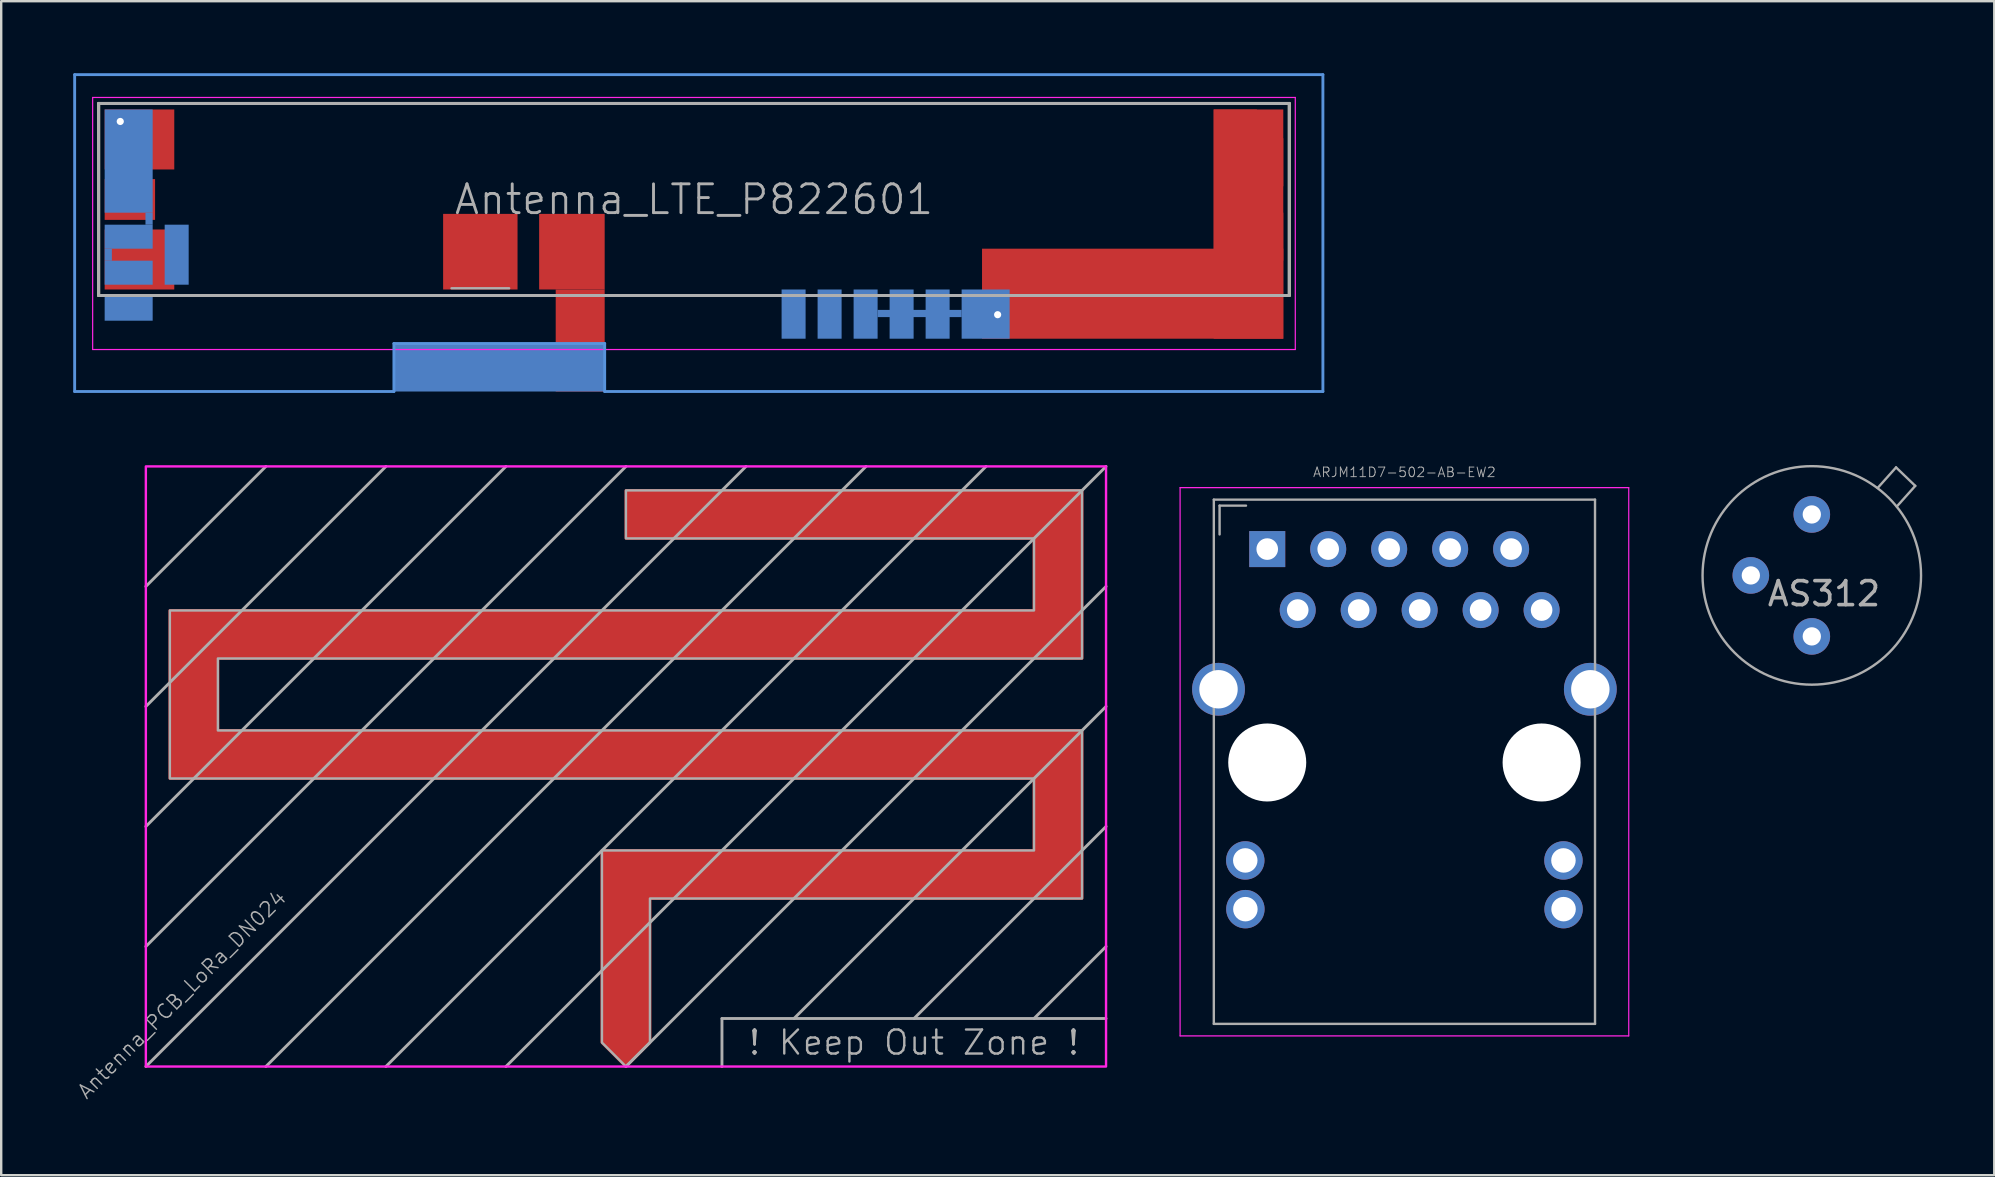
<source format=kicad_pcb>
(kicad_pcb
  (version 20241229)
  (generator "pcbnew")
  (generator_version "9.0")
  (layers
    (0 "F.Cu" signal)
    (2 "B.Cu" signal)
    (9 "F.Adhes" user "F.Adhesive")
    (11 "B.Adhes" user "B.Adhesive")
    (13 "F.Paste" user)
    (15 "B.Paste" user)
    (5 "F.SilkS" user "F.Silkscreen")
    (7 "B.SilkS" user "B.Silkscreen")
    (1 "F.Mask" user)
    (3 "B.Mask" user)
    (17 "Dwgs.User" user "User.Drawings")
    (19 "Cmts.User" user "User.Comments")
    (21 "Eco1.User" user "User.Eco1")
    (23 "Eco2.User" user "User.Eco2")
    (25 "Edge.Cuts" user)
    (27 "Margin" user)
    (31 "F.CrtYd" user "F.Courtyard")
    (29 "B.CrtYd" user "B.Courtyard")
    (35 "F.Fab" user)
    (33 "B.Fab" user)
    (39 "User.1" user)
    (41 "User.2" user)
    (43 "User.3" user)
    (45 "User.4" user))
  (footprint "ARJM11D7-502-AB-EW2"
    (layer "F.Cu")
    (at 49.741 19.824)
    (property "Reference" "ARJM11D7-502-AB-EW2" (at 5.715 -3.2 180) (layer "F.Fab") (effects (font (size 0.4 0.4) (thickness 0.04))))
    (attr through_hole)
    (fp_line (start -3.63 -2.56) (end 15.06 -2.56) (stroke (width 0.05) (type solid)) (layer "F.CrtYd"))
    (fp_line (start -3.63 20.28) (end -3.63 -2.56) (stroke (width 0.05) (type solid)) (layer "F.CrtYd"))
    (fp_line (start 15.06 -2.56) (end 15.06 20.28) (stroke (width 0.05) (type solid)) (layer "F.CrtYd"))
    (fp_line (start 15.06 20.28) (end -3.63 20.28) (stroke (width 0.05) (type solid)) (layer "F.CrtYd"))
    (fp_line (start -2.225 19.78) (end -2.225 -2.06) (stroke (width 0.1) (type solid)) (layer "F.Fab"))
    (fp_line (start -1.985 -1.81) (end -0.885 -1.81) (stroke (width 0.1) (type solid)) (layer "F.Fab"))
    (fp_line (start -1.985 -0.61) (end -1.985 -1.81) (stroke (width 0.1) (type solid)) (layer "F.Fab"))
    (fp_line (start 13.655 -2.06) (end -2.225 -2.06) (stroke (width 0.1) (type solid)) (layer "F.Fab"))
    (fp_line (start 13.655 19.78) (end -2.225 19.78) (stroke (width 0.1) (type solid)) (layer "F.Fab"))
    (fp_line (start 13.655 19.78) (end 13.655 -2.06) (stroke (width 0.1) (type solid)) (layer "F.Fab"))
    (pad "" np_thru_hole circle (at 0 8.89 180) (size 3.25 3.25) (drill 3.25) (layers "*.Cu" "*.Mask"))
    (pad "" np_thru_hole circle (at 11.43 8.89 180) (size 3.25 3.25) (drill 3.25) (layers "*.Cu" "*.Mask"))
    (pad "1" thru_hole circle (at 11.43 2.54 180) (size 1.5 1.5) (drill 0.9) (layers "*.Cu" "*.Mask"))
    (pad "2" thru_hole circle (at 10.16 0 180) (size 1.5 1.5) (drill 0.9) (layers "*.Cu" "*.Mask"))
    (pad "3" thru_hole circle (at 8.89 2.54 180) (size 1.5 1.5) (drill 0.9) (layers "*.Cu" "*.Mask"))
    (pad "4" thru_hole circle (at 7.62 0 180) (size 1.5 1.5) (drill 0.9) (layers "*.Cu" "*.Mask"))
    (pad "5" thru_hole circle (at 6.35 2.54 180) (size 1.5 1.5) (drill 0.9) (layers "*.Cu" "*.Mask"))
    (pad "6" thru_hole circle (at 5.08 0 180) (size 1.5 1.5) (drill 0.9) (layers "*.Cu" "*.Mask"))
    (pad "7" thru_hole circle (at 3.81 2.54 180) (size 1.5 1.5) (drill 0.9) (layers "*.Cu" "*.Mask"))
    (pad "8" thru_hole circle (at 2.54 0 180) (size 1.5 1.5) (drill 0.9) (layers "*.Cu" "*.Mask"))
    (pad "9" thru_hole circle (at 1.27 2.54 180) (size 1.5 1.5) (drill 0.9) (layers "*.Cu" "*.Mask"))
    (pad "10" thru_hole rect (at 0 0 180) (size 1.5 1.5) (drill 0.9) (layers "*.Cu" "*.Mask"))
    (pad "11" thru_hole circle (at -0.915 12.97 180) (size 1.6 1.6) (drill 1.02) (layers "*.Cu" "*.Mask"))
    (pad "12" thru_hole circle (at -0.91 15 180) (size 1.6 1.6) (drill 1.02) (layers "*.Cu" "*.Mask"))
    (pad "13" thru_hole circle (at 12.34 12.97 180) (size 1.6 1.6) (drill 1.02) (layers "*.Cu" "*.Mask"))
    (pad "14" thru_hole circle (at 12.345 15 180) (size 1.6 1.6) (drill 1.02) (layers "*.Cu" "*.Mask"))
    (pad "SH" thru_hole circle (at -2.03 5.84 180) (size 2.2 2.2) (drill 1.6) (layers "*.Cu" "*.Mask"))
    (pad "SH" thru_hole circle (at 13.46 5.84 180) (size 2.2 2.2) (drill 1.6) (layers "*.Cu" "*.Mask")))
  (footprint "Antenna_PCB_LoRa_DN024"
    (layer "F.Cu")
    (at 23.026 41.38)
    (property "Reference" "Antenna_PCB_LoRa_DN024" (at -18.5 -3 45) (layer "F.Fab") (effects (font (size 0.6 0.6) (thickness 0.06))))
    (fp_rect (start 20 0) (end -20 -25) (stroke (width 0.1) (type solid)) (fill no) (layer "F.CrtYd"))
    (fp_line (start -20 -20) (end -15 -25) (stroke (width 0.12) (type solid)) (layer "F.Fab"))
    (fp_line (start -20 -15) (end -10 -25) (stroke (width 0.12) (type solid)) (layer "F.Fab"))
    (fp_line (start -20 -10) (end -5 -25) (stroke (width 0.12) (type solid)) (layer "F.Fab"))
    (fp_line (start -20 -5) (end 0 -25) (stroke (width 0.12) (type solid)) (layer "F.Fab"))
    (fp_line (start -20 0) (end 5 -25) (stroke (width 0.12) (type solid)) (layer "F.Fab"))
    (fp_line (start -15 0) (end 10 -25) (stroke (width 0.12) (type solid)) (layer "F.Fab"))
    (fp_line (start -10 0) (end 15 -25) (stroke (width 0.12) (type solid)) (layer "F.Fab"))
    (fp_line (start -5 0) (end 20 -25) (stroke (width 0.12) (type solid)) (layer "F.Fab"))
    (fp_line (start 0 0) (end 20 -20) (stroke (width 0.12) (type solid)) (layer "F.Fab"))
    (fp_line (start 4 -2) (end 4 0) (stroke (width 0.12) (type solid)) (layer "F.Fab"))
    (fp_line (start 7 -2) (end 20 -15) (stroke (width 0.12) (type solid)) (layer "F.Fab"))
    (fp_line (start 12 -2) (end 20 -10) (stroke (width 0.12) (type solid)) (layer "F.Fab"))
    (fp_line (start 17 -2) (end 20 -5) (stroke (width 0.12) (type solid)) (layer "F.Fab"))
    (fp_line (start 20 -2) (end 4 -2) (stroke (width 0.12) (type solid)) (layer "F.Fab"))
    (fp_poly (pts (xy 19 -17) (xy -17 -17) (xy -17 -14) (xy 19 -14) (xy 19 -7) (xy 1 -7) (xy 1 -1) (xy 0 0) (xy -1 -1) (xy -1 -9) (xy 17 -9) (xy 17 -12) (xy -19 -12) (xy -19 -19) (xy 17 -19) (xy 17 -22) (xy 0 -22) (xy 0 -24) (xy 19 -24)) (stroke (width 0.1) (type solid)) (fill no) (layer "F.Fab"))
    (fp_text user "! Keep Out Zone !" (at 12 -1 0) (layer "F.Fab") (effects (font (size 1 1) (thickness 0.1))))
    (pad "1" smd custom (at 0 -1) (size 1 1) (layers "F.Cu") (options (anchor rect)) (primitives (gr_poly (pts (xy 19 -16) (xy -17 -16) (xy -17 -13) (xy 19 -13) (xy 19 -6) (xy 1 -6) (xy 1 0) (xy 0 1) (xy -1 0) (xy -1 -8) (xy 17 -8) (xy 17 -11) (xy -19 -11) (xy -19 -18) (xy 17 -18) (xy 17 -21) (xy 0 -21) (xy 0 -23) (xy 19 -23)) (width 0.12) (fill yes)))))
  (footprint "Antenna_LTE_P822601"
    (layer "F.Cu")
    (at 1.06 1.26)
    (property "Reference" "Antenna_LTE_P822601" (at 24.8 4 0) (layer "F.Fab") (effects (font (size 1.2 1.2) (thickness 0.12))))
    (attr smd)
    (fp_rect (start 36.8 6.05) (end 49.35 9.8) (stroke (width 0) (type solid)) (fill yes) (layer "F.Cu"))
    (fp_rect (start 46.45 9.8) (end 49.35 0.25) (stroke (width 0) (type solid)) (fill yes) (layer "F.Cu"))
    (fp_rect (start 0.25 0.25) (end 2.25 4.55) (stroke (width 0) (type solid)) (fill yes) (layer "B.Cu"))
    (fp_rect (start 0.25 5.05) (end 2.25 6.05) (stroke (width 0) (type solid)) (fill yes) (layer "B.Cu"))
    (fp_rect (start 0.25 6.05) (end 0.55 6.55) (stroke (width 0) (type solid)) (fill yes) (layer "B.Cu"))
    (fp_rect (start 0.25 6.55) (end 2.25 7.55) (stroke (width 0) (type solid)) (fill yes) (layer "B.Cu"))
    (fp_rect (start 0.25 8.05) (end 2.25 9.05) (stroke (width 0) (type solid)) (fill yes) (layer "B.Cu"))
    (fp_rect (start 1.95 4.55) (end 2.25 5.05) (stroke (width 0) (type solid)) (fill yes) (layer "B.Cu"))
    (fp_rect (start 2.75 5.05) (end 3.75 7.55) (stroke (width 0) (type solid)) (fill yes) (layer "B.Cu"))
    (fp_rect (start 28.45 7.75) (end 29.45 9.8) (stroke (width 0) (type solid)) (fill yes) (layer "B.Cu"))
    (fp_rect (start 29.95 7.75) (end 30.95 9.8) (stroke (width 0) (type solid)) (fill yes) (layer "B.Cu"))
    (fp_rect (start 31.45 7.75) (end 32.45 9.8) (stroke (width 0) (type solid)) (fill yes) (layer "B.Cu"))
    (fp_rect (start 32.45 8.6) (end 35.95 8.9) (stroke (width 0) (type solid)) (fill yes) (layer "B.Cu"))
    (fp_rect (start 32.95 7.75) (end 33.95 9.8) (stroke (width 0) (type solid)) (fill yes) (layer "B.Cu"))
    (fp_rect (start 34.45 7.75) (end 35.45 9.8) (stroke (width 0) (type solid)) (fill yes) (layer "B.Cu"))
    (fp_rect (start 35.95 7.75) (end 37.95 9.8) (stroke (width 0) (type solid)) (fill yes) (layer "B.Cu"))
    (fp_line (start 0 0) (end 49.6 0) (stroke (width 0.12) (type default)) (layer "F.SilkS"))
    (fp_line (start 0 8) (end 0 0) (stroke (width 0.12) (type default)) (layer "F.SilkS"))
    (fp_line (start 49.6 0) (end 49.6 8) (stroke (width 0.12) (type default)) (layer "F.SilkS"))
    (fp_line (start 49.6 8) (end 0 8) (stroke (width 0.12) (type default)) (layer "F.SilkS"))
    (fp_line (start -1 -1.2) (end 51 -1.2) (stroke (width 0.12) (type default)) (layer "Cmts.User"))
    (fp_line (start -1 12) (end -1 -1.2) (stroke (width 0.12) (type default)) (layer "Cmts.User"))
    (fp_line (start -1 12) (end 12.3 12) (stroke (width 0.12) (type default)) (layer "Cmts.User"))
    (fp_line (start 12.3 10) (end 21.08 10) (stroke (width 0.12) (type default)) (layer "Cmts.User"))
    (fp_line (start 12.3 12) (end 12.3 10) (stroke (width 0.12) (type default)) (layer "Cmts.User"))
    (fp_line (start 21.08 10) (end 21.08 12) (stroke (width 0.12) (type default)) (layer "Cmts.User"))
    (fp_line (start 21.08 12) (end 51 12) (stroke (width 0.12) (type default)) (layer "Cmts.User"))
    (fp_line (start 51 -1.2) (end 51 12) (stroke (width 0.12) (type default)) (layer "Cmts.User"))
    (fp_line (start -0.25 -0.25) (end 49.85 -0.25) (stroke (width 0.05) (type solid)) (layer "F.CrtYd"))
    (fp_line (start -0.25 10.25) (end -0.25 -0.25) (stroke (width 0.05) (type solid)) (layer "F.CrtYd"))
    (fp_line (start 49.85 -0.25) (end 49.85 10.25) (stroke (width 0.05) (type solid)) (layer "F.CrtYd"))
    (fp_line (start 49.85 10.25) (end -0.25 10.25) (stroke (width 0.05) (type solid)) (layer "F.CrtYd"))
    (fp_line (start 0 0) (end 49.6 0) (stroke (width 0.127) (type solid)) (layer "F.Fab"))
    (fp_line (start 0 8) (end 0 0) (stroke (width 0.127) (type solid)) (layer "F.Fab"))
    (fp_line (start 14.7 7.7) (end 17.1 7.7) (stroke (width 0.1) (type default)) (layer "F.Fab"))
    (fp_line (start 49.6 0) (end 49.6 8) (stroke (width 0.127) (type solid)) (layer "F.Fab"))
    (fp_line (start 49.6 8) (end 0 8) (stroke (width 0.127) (type solid)) (layer "F.Fab"))
    (pad "" thru_hole circle (at 37.45 8.8 90) (size 0.6 0.6) (drill 0.3) (property pad_prop_fiducial_loc) (layers "*.Cu"))
    (pad "1" smd rect (at 15.9 6.175 180) (size 3.1 3.15) (layers "F.Cu" "F.Mask" "F.Paste"))
    (pad "2" smd rect (at 16.69 11 90) (size 2 8.78) (layers "B.Cu" "B.Paste"))
    (pad "2" smd rect (at 19.715 6.175) (size 2.73 3.15) (layers "F.Cu" "F.Mask" "F.Paste"))
    (pad "2" smd rect (at 20.06 9.875) (size 2.04 4.25) (layers "F.Cu"))
    (pad "3" smd rect (at 47.35 4 90) (size 7.5 1.8) (layers "F.Cu" "F.Mask" "F.Paste"))
    (pad "3" smd rect (at 48.8 2.45 90) (size 2 1.1) (layers "F.Cu" "F.Mask" "F.Paste"))
    (pad "3" smd rect (at 48.8 5.55 90) (size 2 1.1) (layers "F.Cu" "F.Mask" "F.Paste"))
    (pad "4" smd rect (at 40.3 7.15) (size 2.4 1.2) (layers "F.Cu" "F.Mask" "F.Paste"))
    (pad "5" thru_hole circle (at 0.9 0.75 90) (size 0.6 0.6) (drill 0.3) (property pad_prop_fiducial_loc) (layers "*.Cu"))
    (pad "5" smd rect (at 1.7 1.5) (size 2.9 2.5) (layers "F.Cu" "F.Mask" "F.Paste"))
    (pad "6" smd rect (at 1.3 4) (size 2.1 1.7) (layers "F.Cu" "F.Mask" "F.Paste"))
    (pad "7" smd rect (at 1.7 6.5) (size 2.9 2.5) (layers "F.Cu" "F.Mask" "F.Paste")))
  (footprint "AS312"
    (layer "F.Cu")
    (at 72.427 20.921)
    (property "Reference" "AS312" (at 0.508 0.762 0) (layer "F.Fab") (effects (font (size 1 1) (thickness 0.15))))
    (fp_line (start 2.74 -3.64) (end 3.51 -4.5) (stroke (width 0.1) (type solid)) (layer "F.Fab"))
    (fp_line (start 3.51 -4.5) (end 4.31 -3.73) (stroke (width 0.1) (type solid)) (layer "F.Fab"))
    (fp_line (start 3.54 -2.87) (end 4.31 -3.73) (stroke (width 0.1) (type solid)) (layer "F.Fab"))
    (fp_circle (center 0 0) (end 4.551 0) (stroke (width 0.1) (type solid)) (fill no) (layer "F.Fab"))
    (pad "1" thru_hole circle (at 0 -2.54) (size 1.524 1.524) (drill 0.762) (layers "*.Cu" "*.Mask"))
    (pad "2" thru_hole circle (at -2.54 0) (size 1.524 1.524) (drill 0.762) (layers "*.Cu" "*.Mask"))
    (pad "3" thru_hole circle (at 0 2.54) (size 1.524 1.524) (drill 0.762) (layers "*.Cu" "*.Mask")))
  (gr_rect
    (start -3 -3)
    (end 80.028 45.906)
    (stroke (width 0.1) (type default))
    (fill no)
    (layer "Edge.Cuts")))
</source>
